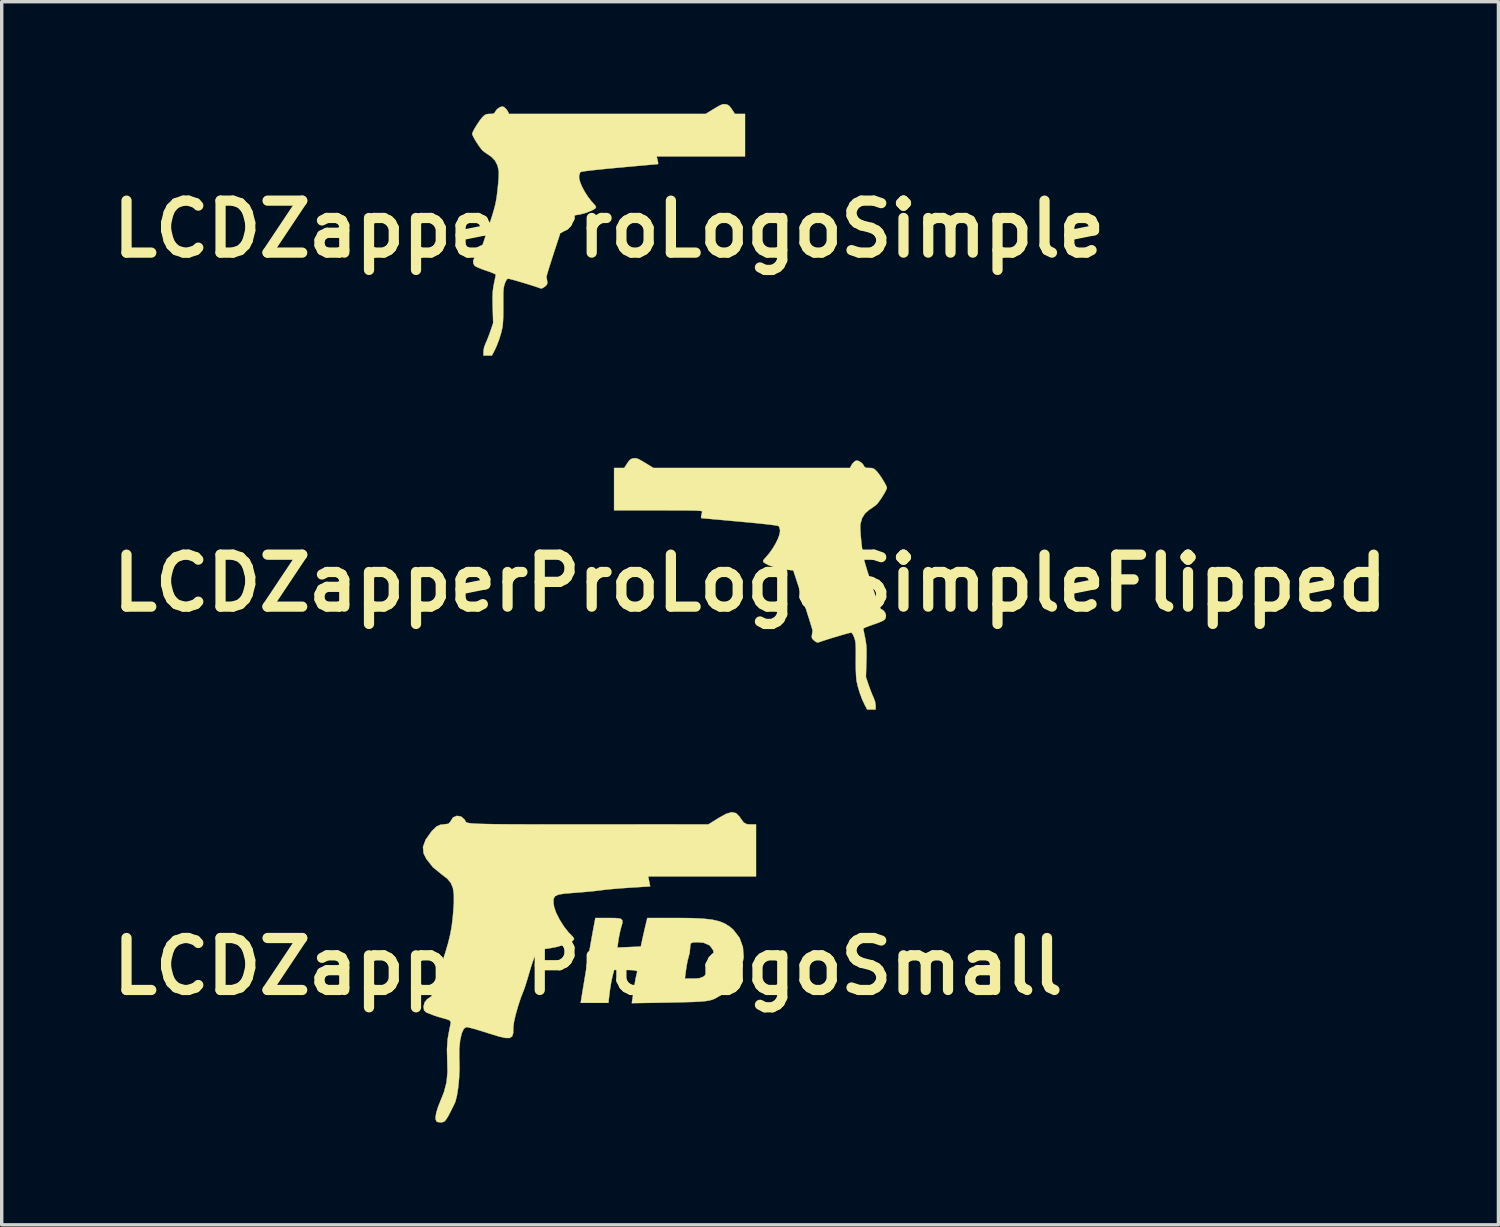
<source format=kicad_pcb>
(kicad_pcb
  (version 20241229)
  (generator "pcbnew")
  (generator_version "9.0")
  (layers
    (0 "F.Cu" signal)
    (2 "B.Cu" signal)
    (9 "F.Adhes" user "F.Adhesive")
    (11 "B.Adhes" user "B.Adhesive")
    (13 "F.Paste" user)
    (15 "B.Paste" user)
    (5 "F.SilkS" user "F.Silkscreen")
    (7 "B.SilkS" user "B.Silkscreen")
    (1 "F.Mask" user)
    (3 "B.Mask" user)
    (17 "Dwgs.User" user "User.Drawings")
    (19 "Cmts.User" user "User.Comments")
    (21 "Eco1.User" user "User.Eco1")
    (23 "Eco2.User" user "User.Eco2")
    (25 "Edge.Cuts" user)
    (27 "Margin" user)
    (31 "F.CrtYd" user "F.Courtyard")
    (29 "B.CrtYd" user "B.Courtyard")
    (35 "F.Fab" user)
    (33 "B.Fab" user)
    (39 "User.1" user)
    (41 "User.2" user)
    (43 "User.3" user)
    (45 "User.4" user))
  (footprint "LCDZapperProLogoSimple"
    (layer "F.Cu")
    (at 14.812 3.669)
    (property "Reference" "LCDZapperProLogoSimple" (at 0 0 0) (layer "F.SilkS") (effects (font (size 1.524 1.524) (thickness 0.3))))
    (attr through_hole)
    (fp_poly (pts (xy 3.416 -3.661) (xy 3.42 -3.66) (xy 3.481 -3.644) (xy 3.528 -3.612) (xy 3.577 -3.552) (xy 3.604 -3.511) (xy 3.69 -3.378) (xy 3.839 -3.378) (xy 3.988 -3.378) (xy 3.988 -2.134) (xy 2.692 -2.134) (xy 1.396 -2.134) (xy 1.412 -2.064) (xy 1.428 -1.995) (xy 1.439 -1.949) (xy 1.438 -1.913) (xy 1.426 -1.905) (xy 1.397 -1.903) (xy 1.322 -1.896) (xy 1.206 -1.886) (xy 1.057 -1.873) (xy 0.877 -1.857) (xy 0.673 -1.838) (xy 0.45 -1.818) (xy 0.289 -1.803) (xy -0.016 -1.775) (xy -0.272 -1.749) (xy -0.479 -1.727) (xy -0.638 -1.708) (xy -0.752 -1.692) (xy -0.82 -1.679) (xy -0.843 -1.67) (xy -0.862 -1.623) (xy -0.878 -1.56) (xy -0.875 -1.474) (xy -0.842 -1.361) (xy -0.785 -1.228) (xy -0.708 -1.087) (xy -0.616 -0.945) (xy -0.514 -0.814) (xy -0.468 -0.763) (xy -0.408 -0.695) (xy -0.381 -0.65) (xy -0.393 -0.615) (xy -0.444 -0.579) (xy -0.522 -0.538) (xy -0.664 -0.481) (xy -0.84 -0.433) (xy -1.031 -0.399) (xy -1.097 -0.391) (xy -1.268 -0.374) (xy -1.552 0.492) (xy -1.618 0.693) (xy -1.678 0.88) (xy -1.731 1.046) (xy -1.775 1.187) (xy -1.807 1.296) (xy -1.828 1.368) (xy -1.834 1.397) (xy -1.827 1.447) (xy -1.816 1.518) (xy -1.814 1.526) (xy -1.809 1.589) (xy -1.828 1.635) (xy -1.879 1.685) (xy -1.881 1.686) (xy -1.94 1.726) (xy -1.988 1.743) (xy -1.998 1.742) (xy -2.079 1.713) (xy -2.187 1.677) (xy -2.314 1.636) (xy -2.451 1.594) (xy -2.588 1.553) (xy -2.717 1.515) (xy -2.828 1.484) (xy -2.912 1.463) (xy -2.959 1.453) (xy -2.966 1.453) (xy -3.003 1.483) (xy -3.042 1.557) (xy -3.058 1.601) (xy -3.075 1.657) (xy -3.088 1.716) (xy -3.096 1.788) (xy -3.101 1.882) (xy -3.102 2.005) (xy -3.101 2.168) (xy -3.101 2.226) (xy -3.101 2.397) (xy -3.103 2.559) (xy -3.109 2.701) (xy -3.117 2.812) (xy -3.124 2.868) (xy -3.165 3.046) (xy -3.224 3.238) (xy -3.294 3.423) (xy -3.359 3.562) (xy -3.436 3.708) (xy -3.683 3.708) (xy -3.683 3.593) (xy -3.665 3.471) (xy -3.623 3.358) (xy -3.587 3.28) (xy -3.544 3.172) (xy -3.499 3.052) (xy -3.48 2.997) (xy -3.398 2.756) (xy -3.411 2.304) (xy -3.415 2.127) (xy -3.416 1.989) (xy -3.412 1.878) (xy -3.404 1.781) (xy -3.39 1.687) (xy -3.375 1.607) (xy -3.353 1.5) (xy -3.335 1.412) (xy -3.323 1.354) (xy -3.32 1.338) (xy -3.34 1.321) (xy -3.4 1.293) (xy -3.49 1.257) (xy -3.601 1.219) (xy -3.718 1.178) (xy -3.822 1.137) (xy -3.899 1.102) (xy -3.937 1.079) (xy -3.98 1.01) (xy -3.984 0.929) (xy -3.952 0.849) (xy -3.89 0.784) (xy -3.835 0.756) (xy -3.814 0.727) (xy -3.781 0.651) (xy -3.734 0.529) (xy -3.675 0.363) (xy -3.605 0.154) (xy -3.557 0.009) (xy -3.489 -0.202) (xy -3.434 -0.372) (xy -3.392 -0.512) (xy -3.359 -0.627) (xy -3.334 -0.728) (xy -3.315 -0.821) (xy -3.299 -0.915) (xy -3.285 -1.019) (xy -3.271 -1.141) (xy -3.27 -1.143) (xy -3.255 -1.294) (xy -3.242 -1.438) (xy -3.234 -1.562) (xy -3.232 -1.655) (xy -3.233 -1.689) (xy -3.268 -1.861) (xy -3.343 -2.008) (xy -3.454 -2.123) (xy -3.493 -2.15) (xy -3.579 -2.208) (xy -3.663 -2.267) (xy -3.7 -2.297) (xy -3.745 -2.345) (xy -3.803 -2.421) (xy -3.865 -2.513) (xy -3.925 -2.609) (xy -3.974 -2.697) (xy -4.006 -2.765) (xy -4.013 -2.795) (xy -3.999 -2.84) (xy -3.962 -2.914) (xy -3.91 -3.005) (xy -3.848 -3.102) (xy -3.786 -3.192) (xy -3.729 -3.265) (xy -3.713 -3.283) (xy -3.652 -3.341) (xy -3.598 -3.369) (xy -3.528 -3.378) (xy -3.494 -3.378) (xy -3.416 -3.381) (xy -3.371 -3.395) (xy -3.345 -3.427) (xy -3.333 -3.452) (xy -3.287 -3.513) (xy -3.219 -3.564) (xy -3.212 -3.568) (xy -3.151 -3.593) (xy -3.112 -3.593) (xy -3.068 -3.569) (xy -3.061 -3.564) (xy -3.003 -3.505) (xy -2.966 -3.448) (xy -2.934 -3.378) (xy -0.05 -3.378) (xy 2.834 -3.378) (xy 3.078 -3.527) (xy 3.188 -3.593) (xy 3.266 -3.634) (xy 3.322 -3.657) (xy 3.369 -3.664) (xy 3.416 -3.661)) (stroke (width 0.01) (type solid)) (fill yes) (layer "F.SilkS")))
  (footprint "LCDZapperProLogoSimpleFlipped"
    (layer "F.Cu")
    (at 18.948 14.052)
    (property "Reference" "LCDZapperProLogoSimpleFlipped" (at 0 0 0) (layer "F.SilkS") (effects (font (size 1.524 1.524) (thickness 0.3))))
    (attr through_hole)
    (fp_poly (pts (xy -3.327 -3.658) (xy -3.271 -3.637) (xy -3.196 -3.597) (xy -3.089 -3.534) (xy -3.078 -3.527) (xy -2.834 -3.378) (xy 0.05 -3.378) (xy 2.934 -3.378) (xy 2.966 -3.448) (xy 3.012 -3.516) (xy 3.061 -3.564) (xy 3.107 -3.592) (xy 3.146 -3.594) (xy 3.202 -3.572) (xy 3.212 -3.568) (xy 3.281 -3.519) (xy 3.33 -3.458) (xy 3.333 -3.452) (xy 3.357 -3.408) (xy 3.39 -3.386) (xy 3.449 -3.379) (xy 3.494 -3.378) (xy 3.576 -3.374) (xy 3.632 -3.354) (xy 3.688 -3.308) (xy 3.713 -3.283) (xy 3.766 -3.219) (xy 3.827 -3.134) (xy 3.889 -3.038) (xy 3.946 -2.943) (xy 3.989 -2.862) (xy 4.012 -2.806) (xy 4.013 -2.795) (xy 3.999 -2.749) (xy 3.962 -2.674) (xy 3.909 -2.583) (xy 3.848 -2.487) (xy 3.786 -2.398) (xy 3.731 -2.328) (xy 3.7 -2.297) (xy 3.631 -2.244) (xy 3.544 -2.183) (xy 3.493 -2.15) (xy 3.372 -2.045) (xy 3.286 -1.907) (xy 3.239 -1.742) (xy 3.233 -1.689) (xy 3.232 -1.62) (xy 3.237 -1.513) (xy 3.247 -1.379) (xy 3.261 -1.23) (xy 3.27 -1.143) (xy 3.285 -1.021) (xy 3.299 -0.917) (xy 3.314 -0.822) (xy 3.333 -0.729) (xy 3.358 -0.629) (xy 3.391 -0.514) (xy 3.433 -0.375) (xy 3.488 -0.205) (xy 3.556 0.005) (xy 3.557 0.009) (xy 3.634 0.243) (xy 3.7 0.435) (xy 3.754 0.583) (xy 3.796 0.687) (xy 3.824 0.745) (xy 3.835 0.756) (xy 3.915 0.805) (xy 3.967 0.877) (xy 3.987 0.959) (xy 3.97 1.037) (xy 3.937 1.079) (xy 3.894 1.105) (xy 3.813 1.141) (xy 3.708 1.182) (xy 3.601 1.219) (xy 3.49 1.258) (xy 3.4 1.293) (xy 3.34 1.321) (xy 3.32 1.338) (xy 3.327 1.373) (xy 3.341 1.445) (xy 3.361 1.542) (xy 3.375 1.607) (xy 3.393 1.708) (xy 3.406 1.801) (xy 3.413 1.9) (xy 3.416 2.016) (xy 3.415 2.161) (xy 3.411 2.304) (xy 3.398 2.756) (xy 3.48 2.997) (xy 3.523 3.117) (xy 3.568 3.233) (xy 3.608 3.327) (xy 3.623 3.358) (xy 3.668 3.482) (xy 3.683 3.593) (xy 3.683 3.708) (xy 3.436 3.708) (xy 3.359 3.562) (xy 3.286 3.404) (xy 3.217 3.217) (xy 3.159 3.025) (xy 3.124 2.868) (xy 3.115 2.789) (xy 3.107 2.67) (xy 3.102 2.522) (xy 3.1 2.357) (xy 3.101 2.226) (xy 3.102 2.049) (xy 3.101 1.915) (xy 3.098 1.814) (xy 3.091 1.736) (xy 3.08 1.674) (xy 3.064 1.618) (xy 3.058 1.601) (xy 3.019 1.51) (xy 2.981 1.46) (xy 2.966 1.453) (xy 2.932 1.458) (xy 2.859 1.476) (xy 2.756 1.504) (xy 2.633 1.54) (xy 2.497 1.58) (xy 2.359 1.622) (xy 2.228 1.664) (xy 2.112 1.702) (xy 2.021 1.733) (xy 1.998 1.742) (xy 1.958 1.735) (xy 1.901 1.702) (xy 1.881 1.686) (xy 1.829 1.636) (xy 1.809 1.591) (xy 1.814 1.528) (xy 1.814 1.526) (xy 1.826 1.454) (xy 1.833 1.401) (xy 1.834 1.397) (xy 1.827 1.365) (xy 1.806 1.29) (xy 1.772 1.179) (xy 1.728 1.036) (xy 1.674 0.868) (xy 1.614 0.68) (xy 1.552 0.492) (xy 1.268 -0.374) (xy 1.097 -0.391) (xy 0.904 -0.42) (xy 0.721 -0.464) (xy 0.566 -0.518) (xy 0.522 -0.538) (xy 0.434 -0.585) (xy 0.389 -0.62) (xy 0.383 -0.656) (xy 0.414 -0.704) (xy 0.468 -0.763) (xy 0.573 -0.888) (xy 0.67 -1.026) (xy 0.754 -1.169) (xy 0.821 -1.306) (xy 0.864 -1.429) (xy 0.881 -1.528) (xy 0.878 -1.56) (xy 0.861 -1.626) (xy 0.843 -1.67) (xy 0.815 -1.68) (xy 0.743 -1.694) (xy 0.625 -1.71) (xy 0.461 -1.729) (xy 0.25 -1.752) (xy -0.011 -1.777) (xy -0.289 -1.803) (xy -0.522 -1.824) (xy -0.739 -1.844) (xy -0.936 -1.862) (xy -1.107 -1.877) (xy -1.246 -1.89) (xy -1.349 -1.899) (xy -1.41 -1.904) (xy -1.425 -1.905) (xy -1.437 -1.924) (xy -1.431 -1.982) (xy -1.407 -2.083) (xy -1.406 -2.089) (xy -1.405 -2.099) (xy -1.413 -2.107) (xy -1.432 -2.114) (xy -1.467 -2.12) (xy -1.522 -2.124) (xy -1.601 -2.128) (xy -1.708 -2.13) (xy -1.847 -2.132) (xy -2.022 -2.133) (xy -2.237 -2.133) (xy -2.496 -2.134) (xy -2.691 -2.134) (xy -3.988 -2.134) (xy -3.988 -3.378) (xy -3.839 -3.378) (xy -3.69 -3.378) (xy -3.604 -3.511) (xy -3.55 -3.588) (xy -3.503 -3.632) (xy -3.451 -3.654) (xy -3.42 -3.66) (xy -3.373 -3.664) (xy -3.327 -3.658)) (stroke (width 0.01) (type solid)) (fill yes) (layer "F.SilkS")))
  (footprint "LCDZapperProLogoSmall"
    (layer "F.Cu")
    (at 14.195 25.295)
    (property "Reference" "LCDZapperProLogoSmall" (at 0 0 0) (layer "F.SilkS") (effects (font (size 1.524 1.524) (thickness 0.3))))
    (attr through_hole)
    (fp_poly (pts (xy 0.827 -1.419) (xy 0.952 -1.402) (xy 1.007 -1.358) (xy 1.008 -1.273) (xy 0.969 -1.138) (xy 0.932 -0.99) (xy 0.898 -0.81) (xy 0.892 -0.772) (xy 0.862 -0.554) (xy 1.206 -0.569) (xy 1.549 -0.584) (xy 1.592 -0.787) (xy 1.634 -0.977) (xy 1.681 -1.178) (xy 1.688 -1.206) (xy 1.74 -1.422) (xy 2.628 -1.422) (xy 3.048 -1.418) (xy 3.382 -1.402) (xy 3.645 -1.372) (xy 3.853 -1.324) (xy 4.022 -1.254) (xy 4.166 -1.161) (xy 4.264 -1.075) (xy 4.446 -0.838) (xy 4.544 -0.564) (xy 4.564 -0.268) (xy 4.51 0.033) (xy 4.385 0.325) (xy 4.193 0.591) (xy 3.94 0.816) (xy 3.734 0.937) (xy 3.656 0.971) (xy 3.564 0.996) (xy 3.446 1.016) (xy 3.284 1.03) (xy 3.065 1.041) (xy 2.774 1.049) (xy 2.408 1.057) (xy 1.285 1.076) (xy 1.349 0.642) (xy 1.382 0.439) (xy 1.398 0.356) (xy 2.841 0.356) (xy 3.095 0.356) (xy 3.264 0.346) (xy 3.382 0.301) (xy 3.503 0.202) (xy 3.529 0.176) (xy 3.641 0.049) (xy 3.694 -0.066) (xy 3.708 -0.222) (xy 3.708 -0.252) (xy 3.675 -0.47) (xy 3.571 -0.617) (xy 3.393 -0.695) (xy 3.219 -0.711) (xy 3.081 -0.706) (xy 3.017 -0.679) (xy 2.998 -0.611) (xy 2.997 -0.562) (xy 2.982 -0.407) (xy 2.954 -0.295) (xy 2.922 -0.177) (xy 2.89 -0.006) (xy 2.876 0.089) (xy 2.841 0.356) (xy 1.398 0.356) (xy 1.414 0.273) (xy 1.44 0.171) (xy 1.446 0.155) (xy 1.419 0.124) (xy 1.294 0.106) (xy 1.123 0.102) (xy 0.766 0.102) (xy 0.717 0.292) (xy 0.682 0.455) (xy 0.648 0.659) (xy 0.633 0.775) (xy 0.598 1.067) (xy -0.214 1.067) (xy -0.188 0.902) (xy -0.148 0.654) (xy -0.097 0.349) (xy -0.04 0.01) (xy 0.02 -0.337) (xy 0.078 -0.668) (xy 0.129 -0.957) (xy 0.17 -1.178) (xy 0.18 -1.232) (xy 0.216 -1.422) (xy 0.616 -1.422) (xy 0.827 -1.419)) (stroke (width 0.01) (type solid)) (fill yes) (layer "F.SilkS"))
    (fp_poly (pts (xy 4.339 -4.497) (xy 4.442 -4.397) (xy 4.48 -4.339) (xy 4.567 -4.221) (xy 4.664 -4.172) (xy 4.755 -4.166) (xy 4.928 -4.166) (xy 4.928 -2.642) (xy 1.765 -2.642) (xy 1.824 -2.348) (xy 1.255 -2.313) (xy 0.986 -2.294) (xy 0.719 -2.272) (xy 0.491 -2.249) (xy 0.381 -2.235) (xy 0.192 -2.212) (xy -0.057 -2.188) (xy -0.324 -2.166) (xy -0.443 -2.157) (xy -0.701 -2.136) (xy -0.872 -2.106) (xy -0.971 -2.057) (xy -1.012 -1.976) (xy -1.01 -1.853) (xy -0.992 -1.74) (xy -0.935 -1.575) (xy -0.832 -1.372) (xy -0.703 -1.168) (xy -0.57 -0.999) (xy -0.515 -0.945) (xy -0.436 -0.86) (xy -0.406 -0.803) (xy -0.452 -0.749) (xy -0.573 -0.686) (xy -0.745 -0.623) (xy -0.942 -0.568) (xy -1.14 -0.531) (xy -1.205 -0.523) (xy -1.401 -0.496) (xy -1.503 -0.458) (xy -1.524 -0.424) (xy -1.547 -0.322) (xy -1.572 -0.266) (xy -1.609 -0.176) (xy -1.661 -0.019) (xy -1.719 0.173) (xy -1.728 0.203) (xy -1.786 0.4) (xy -1.839 0.569) (xy -1.876 0.677) (xy -1.88 0.686) (xy -1.969 0.913) (xy -2.052 1.167) (xy -2.123 1.417) (xy -2.172 1.635) (xy -2.191 1.793) (xy -2.191 1.81) (xy -2.194 1.956) (xy -2.224 2.05) (xy -2.293 2.096) (xy -2.416 2.097) (xy -2.605 2.055) (xy -2.874 1.973) (xy -2.909 1.962) (xy -3.141 1.889) (xy -3.343 1.829) (xy -3.493 1.79) (xy -3.565 1.777) (xy -3.641 1.826) (xy -3.703 1.958) (xy -3.749 2.157) (xy -3.775 2.406) (xy -3.776 2.686) (xy -3.773 2.744) (xy -3.769 3) (xy -3.781 3.278) (xy -3.807 3.55) (xy -3.844 3.788) (xy -3.888 3.962) (xy -3.905 4.002) (xy -4.021 4.239) (xy -4.105 4.399) (xy -4.168 4.497) (xy -4.219 4.549) (xy -4.272 4.569) (xy -4.33 4.572) (xy -4.43 4.558) (xy -4.467 4.494) (xy -4.47 4.421) (xy -4.45 4.29) (xy -4.396 4.115) (xy -4.351 4.002) (xy -4.222 3.68) (xy -4.148 3.392) (xy -4.12 3.094) (xy -4.127 2.779) (xy -4.136 2.43) (xy -4.115 2.125) (xy -4.058 1.813) (xy -4.036 1.718) (xy -4.024 1.632) (xy -4.057 1.581) (xy -4.158 1.543) (xy -4.224 1.525) (xy -4.385 1.48) (xy -4.518 1.436) (xy -4.547 1.425) (xy -4.676 1.373) (xy -4.74 1.351) (xy -4.808 1.285) (xy -4.823 1.172) (xy -4.791 1.05) (xy -4.715 0.957) (xy -4.686 0.94) (xy -4.598 0.88) (xy -4.572 0.829) (xy -4.557 0.763) (xy -4.514 0.617) (xy -4.449 0.409) (xy -4.368 0.156) (xy -4.294 -0.071) (xy -4.181 -0.418) (xy -4.099 -0.698) (xy -4.041 -0.938) (xy -3.999 -1.165) (xy -3.969 -1.408) (xy -3.96 -1.504) (xy -3.934 -1.846) (xy -3.934 -2.107) (xy -3.962 -2.303) (xy -4.025 -2.453) (xy -4.126 -2.575) (xy -4.271 -2.685) (xy -4.274 -2.687) (xy -4.546 -2.908) (xy -4.745 -3.161) (xy -4.822 -3.317) (xy -4.84 -3.503) (xy -4.763 -3.716) (xy -4.59 -3.959) (xy -4.573 -3.979) (xy -4.447 -4.102) (xy -4.331 -4.156) (xy -4.232 -4.166) (xy -4.094 -4.185) (xy -4.033 -4.248) (xy -4.031 -4.255) (xy -3.96 -4.37) (xy -3.846 -4.418) (xy -3.721 -4.397) (xy -3.619 -4.308) (xy -3.593 -4.255) (xy -3.581 -4.237) (xy -3.557 -4.222) (xy -3.513 -4.21) (xy -3.441 -4.199) (xy -3.335 -4.19) (xy -3.188 -4.183) (xy -2.993 -4.178) (xy -2.742 -4.173) (xy -2.428 -4.17) (xy -2.046 -4.168) (xy -1.586 -4.167) (xy -1.043 -4.166) (xy -0.41 -4.166) (xy -0.014 -4.166) (xy 3.531 -4.167) (xy 3.835 -4.357) (xy 4.052 -4.477) (xy 4.215 -4.524) (xy 4.339 -4.497)) (stroke (width 0.01) (type solid)) (fill yes) (layer "F.SilkS")))
  (gr_rect
    (start -3 -3)
    (end 40.897 32.872)
    (stroke (width 0.1) (type default))
    (fill no)
    (layer "Edge.Cuts")))
</source>
